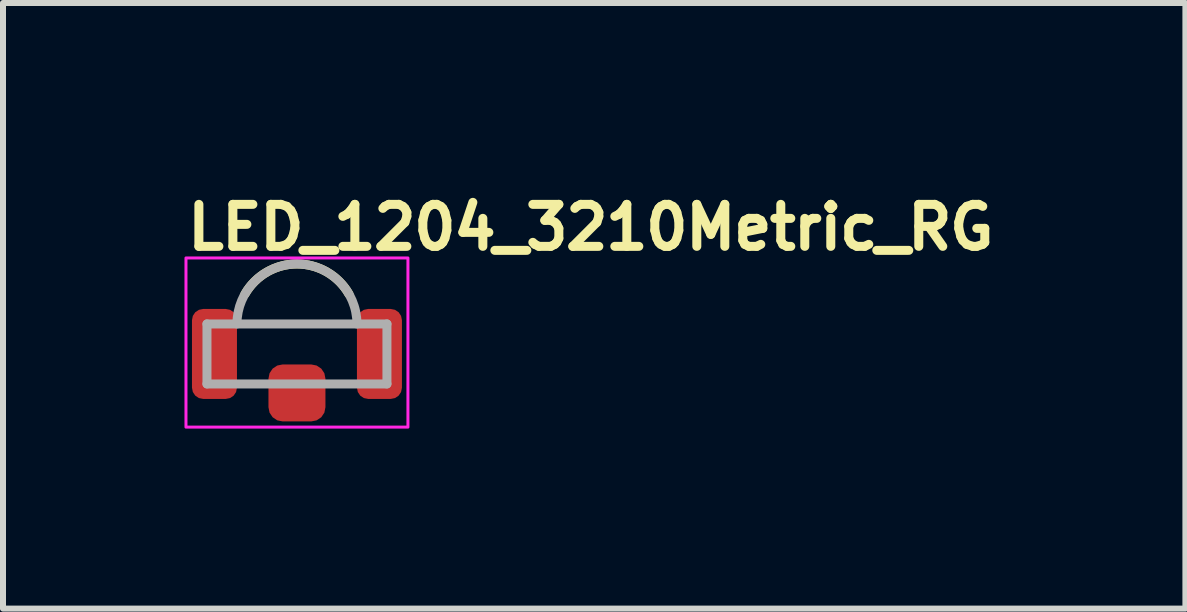
<source format=kicad_pcb>
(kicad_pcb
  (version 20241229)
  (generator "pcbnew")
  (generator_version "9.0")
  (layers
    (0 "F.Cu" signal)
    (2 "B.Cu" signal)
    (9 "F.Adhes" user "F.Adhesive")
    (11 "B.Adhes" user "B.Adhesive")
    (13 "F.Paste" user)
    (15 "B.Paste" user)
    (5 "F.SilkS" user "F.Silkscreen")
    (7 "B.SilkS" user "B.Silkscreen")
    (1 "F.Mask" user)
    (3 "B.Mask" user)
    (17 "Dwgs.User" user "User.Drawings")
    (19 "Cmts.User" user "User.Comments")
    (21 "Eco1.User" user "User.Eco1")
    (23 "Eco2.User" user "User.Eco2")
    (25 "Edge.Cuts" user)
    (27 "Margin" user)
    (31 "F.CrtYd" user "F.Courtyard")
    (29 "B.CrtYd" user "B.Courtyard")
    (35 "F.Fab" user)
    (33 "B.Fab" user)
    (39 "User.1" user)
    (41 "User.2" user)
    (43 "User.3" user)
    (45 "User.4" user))
  (footprint "LED_1204_3210Metric_RG"
    (layer "F.Cu")
    (at 1.9 2.45)
    (property "Reference" "LED_1204_3210Metric_RG" (at -1.9 -1.3 0) (layer "F.SilkS") (effects (font (size 0.7 0.7) (thickness 0.15)) (justify left bottom)))
    (attr smd)
    (fp_arc (start -0.866 -0.6) (mid 0 -1.1) (end 0.866 -0.6) (stroke (width 0.15) (type solid)) (layer "F.SilkS"))
    (fp_rect (start -1.85 -1.2) (end 1.85 1.62) (stroke (width 0.05) (type solid)) (fill no) (layer "F.CrtYd"))
    (fp_line (start -1.5 -0.1) (end 1.5 -0.1) (stroke (width 0.15) (type solid)) (layer "F.Fab"))
    (fp_line (start -1.5 0.9) (end -1.5 -0.1) (stroke (width 0.15) (type solid)) (layer "F.Fab"))
    (fp_line (start 1.5 -0.1) (end 1.5 0.9) (stroke (width 0.15) (type solid)) (layer "F.Fab"))
    (fp_line (start 1.5 0.9) (end -1.5 0.9) (stroke (width 0.15) (type solid)) (layer "F.Fab"))
    (fp_arc (start -1 -0.1) (mid 0 -1.1) (end 1 -0.1) (stroke (width 0.15) (type solid)) (layer "F.Fab"))
    (fp_rect (start -1.5 -1) (end 1.5 1) (stroke (width 0.1) (type solid)) (fill no) (layer "User.5"))
    (fp_line (start -1.5 0) (end -1.5 1) (stroke (width 0.02) (type solid)) (layer "User.9"))
    (fp_line (start -1.472 0) (end -1.5 0) (stroke (width 0.02) (type solid)) (layer "User.9"))
    (fp_line (start -1.472 1) (end -1.5 1) (stroke (width 0.02) (type solid)) (layer "User.9"))
    (fp_line (start -1.444 0) (end -1.472 0) (stroke (width 0.02) (type solid)) (layer "User.9"))
    (fp_line (start -1.444 1) (end -1.472 1) (stroke (width 0.02) (type solid)) (layer "User.9"))
    (fp_line (start -1.417 0) (end -1.444 0) (stroke (width 0.02) (type solid)) (layer "User.9"))
    (fp_line (start -1.417 1) (end -1.444 1) (stroke (width 0.02) (type solid)) (layer "User.9"))
    (fp_line (start -1.392 0) (end -1.417 0) (stroke (width 0.02) (type solid)) (layer "User.9"))
    (fp_line (start -1.392 1) (end -1.417 1) (stroke (width 0.02) (type solid)) (layer "User.9"))
    (fp_line (start -1.367 0) (end -1.392 0) (stroke (width 0.02) (type solid)) (layer "User.9"))
    (fp_line (start -1.367 1) (end -1.392 1) (stroke (width 0.02) (type solid)) (layer "User.9"))
    (fp_line (start -1.344 0) (end -1.367 0) (stroke (width 0.02) (type solid)) (layer "User.9"))
    (fp_line (start -1.344 1) (end -1.367 1) (stroke (width 0.02) (type solid)) (layer "User.9"))
    (fp_line (start -1.323 0) (end -1.344 0) (stroke (width 0.02) (type solid)) (layer "User.9"))
    (fp_line (start -1.323 1) (end -1.344 1) (stroke (width 0.02) (type solid)) (layer "User.9"))
    (fp_line (start -1.305 0) (end -1.323 0) (stroke (width 0.02) (type solid)) (layer "User.9"))
    (fp_line (start -1.305 1) (end -1.323 1) (stroke (width 0.02) (type solid)) (layer "User.9"))
    (fp_line (start -1.288 0) (end -1.305 0) (stroke (width 0.02) (type solid)) (layer "User.9"))
    (fp_line (start -1.288 1) (end -1.305 1) (stroke (width 0.02) (type solid)) (layer "User.9"))
    (fp_line (start -1.275 0) (end -1.288 0) (stroke (width 0.02) (type solid)) (layer "User.9"))
    (fp_line (start -1.275 1) (end -1.288 1) (stroke (width 0.02) (type solid)) (layer "User.9"))
    (fp_line (start -1.264 0) (end -1.275 0) (stroke (width 0.02) (type solid)) (layer "User.9"))
    (fp_line (start -1.264 1) (end -1.275 1) (stroke (width 0.02) (type solid)) (layer "User.9"))
    (fp_line (start -1.256 0) (end -1.264 0) (stroke (width 0.02) (type solid)) (layer "User.9"))
    (fp_line (start -1.256 1) (end -1.264 1) (stroke (width 0.02) (type solid)) (layer "User.9"))
    (fp_line (start -1.252 0) (end -1.256 0) (stroke (width 0.02) (type solid)) (layer "User.9"))
    (fp_line (start -1.252 1) (end -1.256 1) (stroke (width 0.02) (type solid)) (layer "User.9"))
    (fp_line (start -1.25 0) (end -1.252 0) (stroke (width 0.02) (type solid)) (layer "User.9"))
    (fp_line (start -1.25 1) (end -1.252 1) (stroke (width 0.02) (type solid)) (layer "User.9"))
    (fp_line (start -1.25 1) (end -1.25 0) (stroke (width 0.02) (type solid)) (layer "User.9"))
    (fp_line (start -1.1 0) (end -1.25 0) (stroke (width 0.02) (type solid)) (layer "User.9"))
    (fp_line (start -1.1 0) (end -1.075 -0.003) (stroke (width 0.02) (type solid)) (layer "User.9"))
    (fp_line (start -1.1 0.8) (end -1.1 0) (stroke (width 0.02) (type solid)) (layer "User.9"))
    (fp_line (start -1.1 0.8) (end -1.1 0) (stroke (width 0.02) (type solid)) (layer "User.9"))
    (fp_line (start -1.1 0.8) (end -1.1 1) (stroke (width 0.02) (type solid)) (layer "User.9"))
    (fp_line (start -1.1 1) (end -1.25 1) (stroke (width 0.02) (type solid)) (layer "User.9"))
    (fp_line (start -1.1 1) (end -1.1 0.8) (stroke (width 0.02) (type solid)) (layer "User.9"))
    (fp_line (start -1.075 -0.003) (end -1.052 -0.012) (stroke (width 0.02) (type solid)) (layer "User.9"))
    (fp_line (start -1.052 -0.012) (end -1.032 -0.026) (stroke (width 0.02) (type solid)) (layer "User.9"))
    (fp_line (start -1.032 -0.026) (end -1.016 -0.045) (stroke (width 0.02) (type solid)) (layer "User.9"))
    (fp_line (start -1.016 -0.045) (end -1.005 -0.067) (stroke (width 0.02) (type solid)) (layer "User.9"))
    (fp_line (start -1.005 -0.067) (end -1 -0.091) (stroke (width 0.02) (type solid)) (layer "User.9"))
    (fp_line (start -0.988 -0.177) (end -1 -0.091) (stroke (width 0.02) (type solid)) (layer "User.9"))
    (fp_line (start -0.969 -0.262) (end -0.988 -0.177) (stroke (width 0.02) (type solid)) (layer "User.9"))
    (fp_line (start -0.942 -0.345) (end -0.969 -0.262) (stroke (width 0.02) (type solid)) (layer "User.9"))
    (fp_line (start -0.908 -0.425) (end -0.942 -0.345) (stroke (width 0.02) (type solid)) (layer "User.9"))
    (fp_line (start -0.867 -0.502) (end -0.908 -0.425) (stroke (width 0.02) (type solid)) (layer "User.9"))
    (fp_line (start -0.82 -0.576) (end -0.867 -0.502) (stroke (width 0.02) (type solid)) (layer "User.9"))
    (fp_line (start -0.767 -0.645) (end -0.82 -0.576) (stroke (width 0.02) (type solid)) (layer "User.9"))
    (fp_line (start -0.707 -0.709) (end -0.767 -0.645) (stroke (width 0.02) (type solid)) (layer "User.9"))
    (fp_line (start -0.643 -0.767) (end -0.707 -0.709) (stroke (width 0.02) (type solid)) (layer "User.9"))
    (fp_line (start -0.574 -0.82) (end -0.643 -0.767) (stroke (width 0.02) (type solid)) (layer "User.9"))
    (fp_line (start -0.5 -0.867) (end -0.574 -0.82) (stroke (width 0.02) (type solid)) (layer "User.9"))
    (fp_line (start -0.423 -0.907) (end -0.5 -0.867) (stroke (width 0.02) (type solid)) (layer "User.9"))
    (fp_line (start -0.342 -0.94) (end -0.423 -0.907) (stroke (width 0.02) (type solid)) (layer "User.9"))
    (fp_line (start -0.259 -0.966) (end -0.342 -0.94) (stroke (width 0.02) (type solid)) (layer "User.9"))
    (fp_line (start -0.174 -0.985) (end -0.259 -0.966) (stroke (width 0.02) (type solid)) (layer "User.9"))
    (fp_line (start -0.087 -0.996) (end -0.174 -0.985) (stroke (width 0.02) (type solid)) (layer "User.9"))
    (fp_line (start 0 -1) (end -0.087 -0.996) (stroke (width 0.02) (type solid)) (layer "User.9"))
    (fp_line (start 0.087 -0.996) (end 0 -1) (stroke (width 0.02) (type solid)) (layer "User.9"))
    (fp_line (start 0.174 -0.985) (end 0.087 -0.996) (stroke (width 0.02) (type solid)) (layer "User.9"))
    (fp_line (start 0.259 -0.966) (end 0.174 -0.985) (stroke (width 0.02) (type solid)) (layer "User.9"))
    (fp_line (start 0.342 -0.94) (end 0.259 -0.966) (stroke (width 0.02) (type solid)) (layer "User.9"))
    (fp_line (start 0.423 -0.907) (end 0.342 -0.94) (stroke (width 0.02) (type solid)) (layer "User.9"))
    (fp_line (start 0.5 -0.867) (end 0.423 -0.907) (stroke (width 0.02) (type solid)) (layer "User.9"))
    (fp_line (start 0.574 -0.82) (end 0.5 -0.867) (stroke (width 0.02) (type solid)) (layer "User.9"))
    (fp_line (start 0.643 -0.767) (end 0.574 -0.82) (stroke (width 0.02) (type solid)) (layer "User.9"))
    (fp_line (start 0.707 -0.709) (end 0.643 -0.767) (stroke (width 0.02) (type solid)) (layer "User.9"))
    (fp_line (start 0.767 -0.645) (end 0.707 -0.709) (stroke (width 0.02) (type solid)) (layer "User.9"))
    (fp_line (start 0.82 -0.576) (end 0.767 -0.645) (stroke (width 0.02) (type solid)) (layer "User.9"))
    (fp_line (start 0.867 -0.502) (end 0.82 -0.576) (stroke (width 0.02) (type solid)) (layer "User.9"))
    (fp_line (start 0.908 -0.425) (end 0.867 -0.502) (stroke (width 0.02) (type solid)) (layer "User.9"))
    (fp_line (start 0.942 -0.345) (end 0.908 -0.425) (stroke (width 0.02) (type solid)) (layer "User.9"))
    (fp_line (start 0.969 -0.262) (end 0.942 -0.345) (stroke (width 0.02) (type solid)) (layer "User.9"))
    (fp_line (start 0.988 -0.177) (end 0.969 -0.262) (stroke (width 0.02) (type solid)) (layer "User.9"))
    (fp_line (start 1 -0.091) (end 0.988 -0.177) (stroke (width 0.02) (type solid)) (layer "User.9"))
    (fp_line (start 1 -0.091) (end 1.005 -0.067) (stroke (width 0.02) (type solid)) (layer "User.9"))
    (fp_line (start 1.005 -0.067) (end 1.016 -0.045) (stroke (width 0.02) (type solid)) (layer "User.9"))
    (fp_line (start 1.016 -0.045) (end 1.032 -0.026) (stroke (width 0.02) (type solid)) (layer "User.9"))
    (fp_line (start 1.032 -0.026) (end 1.052 -0.012) (stroke (width 0.02) (type solid)) (layer "User.9"))
    (fp_line (start 1.052 -0.012) (end 1.075 -0.003) (stroke (width 0.02) (type solid)) (layer "User.9"))
    (fp_line (start 1.075 -0.003) (end 1.1 0) (stroke (width 0.02) (type solid)) (layer "User.9"))
    (fp_line (start 1.1 0) (end -1.1 0) (stroke (width 0.02) (type solid)) (layer "User.9"))
    (fp_line (start 1.1 0) (end -1.1 0) (stroke (width 0.02) (type solid)) (layer "User.9"))
    (fp_line (start 1.1 0) (end 1.1 0.8) (stroke (width 0.02) (type solid)) (layer "User.9"))
    (fp_line (start 1.1 0) (end 1.25 0) (stroke (width 0.02) (type solid)) (layer "User.9"))
    (fp_line (start 1.1 0.8) (end 1.1 0) (stroke (width 0.02) (type solid)) (layer "User.9"))
    (fp_line (start 1.1 0.8) (end 1.1 1) (stroke (width 0.02) (type solid)) (layer "User.9"))
    (fp_line (start 1.1 0.8) (end 1.1 1) (stroke (width 0.02) (type solid)) (layer "User.9"))
    (fp_line (start 1.1 1) (end -1.1 1) (stroke (width 0.02) (type solid)) (layer "User.9"))
    (fp_line (start 1.25 0) (end 1.25 1) (stroke (width 0.02) (type solid)) (layer "User.9"))
    (fp_line (start 1.25 1) (end 1.1 1) (stroke (width 0.02) (type solid)) (layer "User.9"))
    (fp_line (start 1.252 0) (end 1.25 0) (stroke (width 0.02) (type solid)) (layer "User.9"))
    (fp_line (start 1.252 1) (end 1.25 1) (stroke (width 0.02) (type solid)) (layer "User.9"))
    (fp_line (start 1.256 0) (end 1.252 0) (stroke (width 0.02) (type solid)) (layer "User.9"))
    (fp_line (start 1.256 1) (end 1.252 1) (stroke (width 0.02) (type solid)) (layer "User.9"))
    (fp_line (start 1.264 0) (end 1.256 0) (stroke (width 0.02) (type solid)) (layer "User.9"))
    (fp_line (start 1.264 1) (end 1.256 1) (stroke (width 0.02) (type solid)) (layer "User.9"))
    (fp_line (start 1.275 0) (end 1.264 0) (stroke (width 0.02) (type solid)) (layer "User.9"))
    (fp_line (start 1.275 1) (end 1.264 1) (stroke (width 0.02) (type solid)) (layer "User.9"))
    (fp_line (start 1.288 0) (end 1.275 0) (stroke (width 0.02) (type solid)) (layer "User.9"))
    (fp_line (start 1.288 1) (end 1.275 1) (stroke (width 0.02) (type solid)) (layer "User.9"))
    (fp_line (start 1.305 0) (end 1.288 0) (stroke (width 0.02) (type solid)) (layer "User.9"))
    (fp_line (start 1.305 1) (end 1.288 1) (stroke (width 0.02) (type solid)) (layer "User.9"))
    (fp_line (start 1.323 0) (end 1.305 0) (stroke (width 0.02) (type solid)) (layer "User.9"))
    (fp_line (start 1.323 1) (end 1.305 1) (stroke (width 0.02) (type solid)) (layer "User.9"))
    (fp_line (start 1.344 0) (end 1.323 0) (stroke (width 0.02) (type solid)) (layer "User.9"))
    (fp_line (start 1.344 1) (end 1.323 1) (stroke (width 0.02) (type solid)) (layer "User.9"))
    (fp_line (start 1.367 0) (end 1.344 0) (stroke (width 0.02) (type solid)) (layer "User.9"))
    (fp_line (start 1.367 1) (end 1.344 1) (stroke (width 0.02) (type solid)) (layer "User.9"))
    (fp_line (start 1.392 0) (end 1.367 0) (stroke (width 0.02) (type solid)) (layer "User.9"))
    (fp_line (start 1.392 1) (end 1.367 1) (stroke (width 0.02) (type solid)) (layer "User.9"))
    (fp_line (start 1.417 0) (end 1.392 0) (stroke (width 0.02) (type solid)) (layer "User.9"))
    (fp_line (start 1.417 1) (end 1.392 1) (stroke (width 0.02) (type solid)) (layer "User.9"))
    (fp_line (start 1.444 0) (end 1.417 0) (stroke (width 0.02) (type solid)) (layer "User.9"))
    (fp_line (start 1.444 1) (end 1.417 1) (stroke (width 0.02) (type solid)) (layer "User.9"))
    (fp_line (start 1.472 0) (end 1.444 0) (stroke (width 0.02) (type solid)) (layer "User.9"))
    (fp_line (start 1.472 1) (end 1.444 1) (stroke (width 0.02) (type solid)) (layer "User.9"))
    (fp_line (start 1.5 0) (end 1.472 0) (stroke (width 0.02) (type solid)) (layer "User.9"))
    (fp_line (start 1.5 1) (end 1.472 1) (stroke (width 0.02) (type solid)) (layer "User.9"))
    (fp_line (start 1.5 1) (end 1.5 0) (stroke (width 0.02) (type solid)) (layer "User.9"))
    (pad "1" smd roundrect (at -1.375 0.4 180) (size 0.75 1.5) (layers "F.Cu" "F.Mask" "F.Paste") (roundrect_rratio 0.25))
    (pad "2" smd roundrect (at 0 1.05 180) (size 0.95 0.95) (layers "F.Cu" "F.Mask" "F.Paste") (roundrect_rratio 0.25))
    (pad "3" smd roundrect (at 1.375 0.4 180) (size 0.75 1.5) (layers "F.Cu" "F.Mask" "F.Paste") (roundrect_rratio 0.25)))
  (gr_rect
    (start -3 -3)
    (end 16.71 7.095)
    (stroke (width 0.1) (type default))
    (fill no)
    (layer "Edge.Cuts")))
</source>
